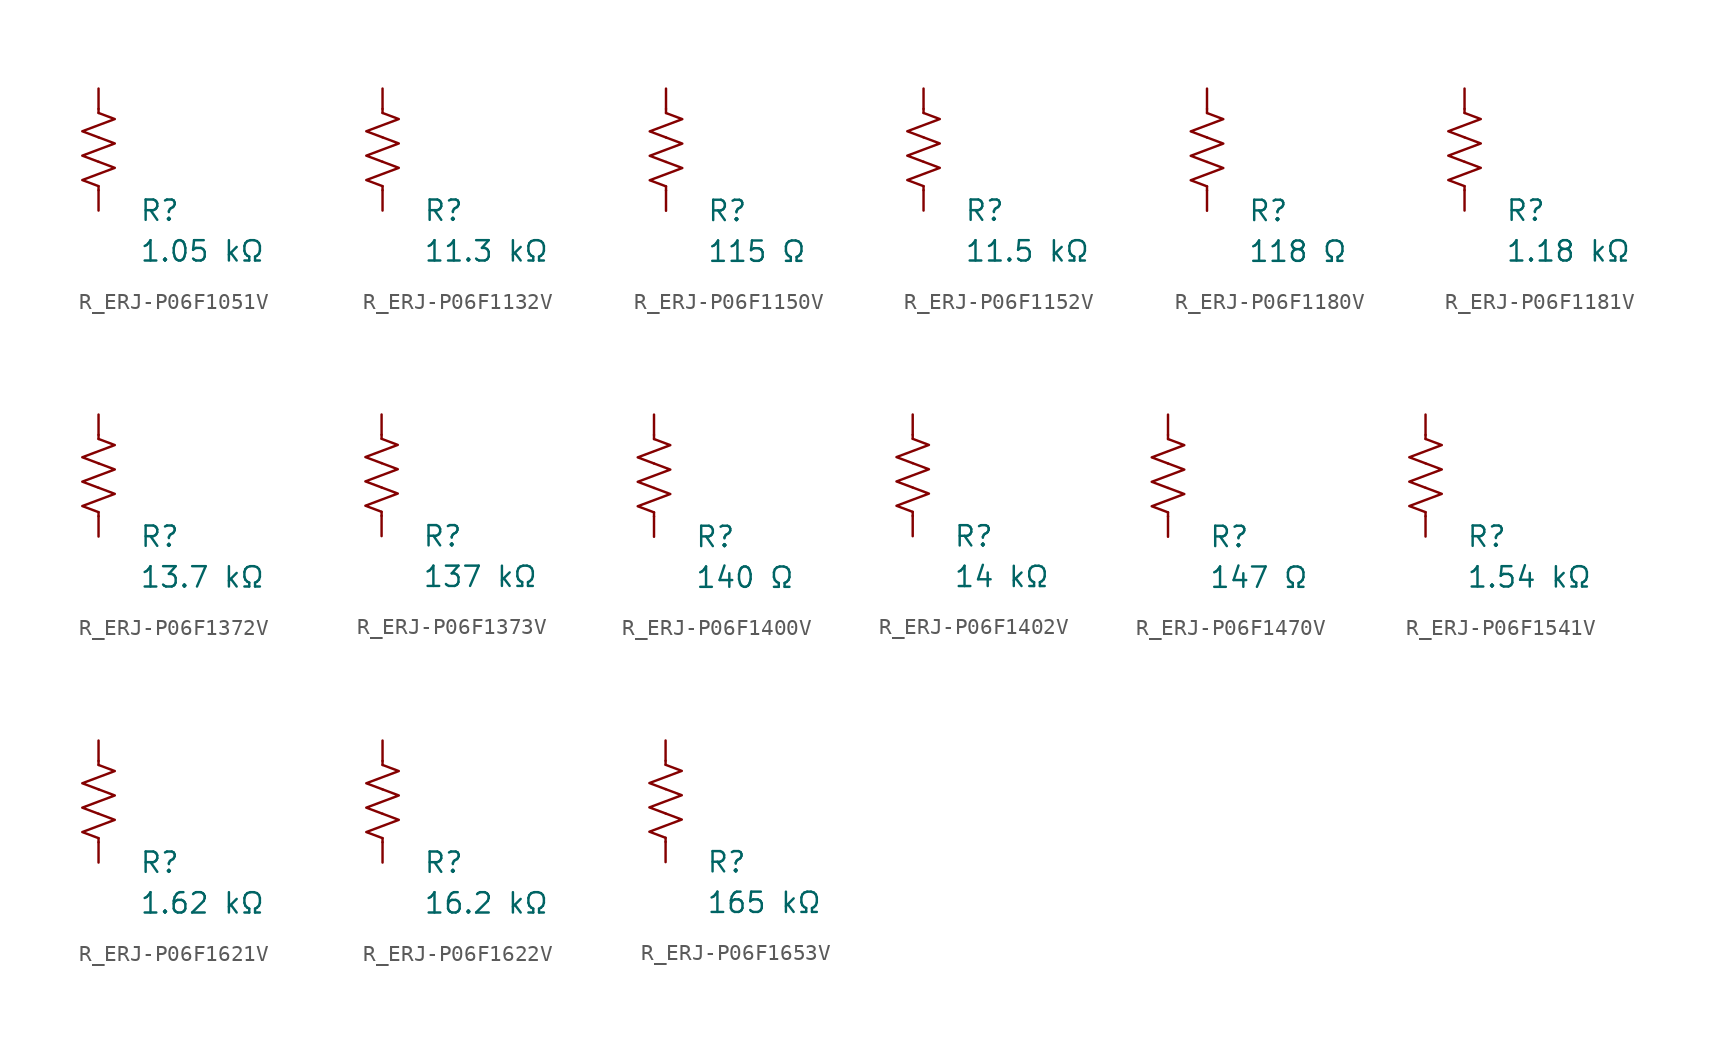
<source format=kicad_sym>
(kicad_symbol_lib
  (version 20231120)
  (generator "kicad_symbol_editor")
  (generator_version "8.0")
  (symbol "R_ERJ-P06F1051V"
    (pin_numbers hide)
    (pin_names
      (offset 0))
    (property "Reference" "R"
      (at 2.54 -3.81 0)
      (effects (font (size 1.27 1.27)) (justify left))
      (show_name no))
    (property "Value" "1.05 kΩ"
      (at 2.54 -6.35 0)
      (effects (font (size 1.27 1.27)) (justify left))
      (show_name no))
    (symbol "R_ERJ-P06F1051V_0_1"
      (polyline (pts (xy 0 -2.286) (xy 0 -2.54)) (stroke (width 0) (type default)) (fill (type none)))
      (polyline (pts (xy 0 2.286) (xy 0 2.54)) (stroke (width 0) (type default)) (fill (type none)))
      (polyline (pts (xy 0 -0.762) (xy 1.016 -1.143) (xy 0 -1.524) (xy -1.016 -1.905) (xy 0 -2.286)) (stroke (width 0) (type default)) (fill (type none)))
      (polyline (pts (xy 0 0.762) (xy 1.016 0.381) (xy 0 0) (xy -1.016 -0.381) (xy 0 -0.762)) (stroke (width 0) (type default)) (fill (type none)))
      (polyline (pts (xy 0 2.286) (xy 1.016 1.905) (xy 0 1.524) (xy -1.016 1.143) (xy 0 0.762)) (stroke (width 0) (type default)) (fill (type none))))
    (symbol "R_ERJ-P06F1051V_1_1"
      (pin passive line (at 0 3.81 270) (length 1.27) (name "~" (effects (font (size 1.27 1.27)))) (number "1" (effects (font (size 1.27 1.27)))))
      (pin passive line (at 0 -3.81 90) (length 1.27) (name "~" (effects (font (size 1.27 1.27)))) (number "2" (effects (font (size 1.27 1.27)))))))
  (symbol "R_ERJ-P06F1132V"
    (pin_numbers hide)
    (pin_names
      (offset 0))
    (property "Reference" "R"
      (at 2.54 -3.81 0)
      (effects (font (size 1.27 1.27)) (justify left))
      (show_name no))
    (property "Value" "11.3 kΩ"
      (at 2.54 -6.35 0)
      (effects (font (size 1.27 1.27)) (justify left))
      (show_name no))
    (symbol "R_ERJ-P06F1132V_0_1"
      (polyline (pts (xy 0 -2.286) (xy 0 -2.54)) (stroke (width 0) (type default)) (fill (type none)))
      (polyline (pts (xy 0 2.286) (xy 0 2.54)) (stroke (width 0) (type default)) (fill (type none)))
      (polyline (pts (xy 0 -0.762) (xy 1.016 -1.143) (xy 0 -1.524) (xy -1.016 -1.905) (xy 0 -2.286)) (stroke (width 0) (type default)) (fill (type none)))
      (polyline (pts (xy 0 0.762) (xy 1.016 0.381) (xy 0 0) (xy -1.016 -0.381) (xy 0 -0.762)) (stroke (width 0) (type default)) (fill (type none)))
      (polyline (pts (xy 0 2.286) (xy 1.016 1.905) (xy 0 1.524) (xy -1.016 1.143) (xy 0 0.762)) (stroke (width 0) (type default)) (fill (type none))))
    (symbol "R_ERJ-P06F1132V_1_1"
      (pin passive line (at 0 3.81 270) (length 1.27) (name "~" (effects (font (size 1.27 1.27)))) (number "1" (effects (font (size 1.27 1.27)))))
      (pin passive line (at 0 -3.81 90) (length 1.27) (name "~" (effects (font (size 1.27 1.27)))) (number "2" (effects (font (size 1.27 1.27)))))))
  (symbol "R_ERJ-P06F1150V"
    (pin_numbers hide)
    (pin_names
      (offset 0))
    (property "Reference" "R"
      (at 2.54 -3.81 0)
      (effects (font (size 1.27 1.27)) (justify left))
      (show_name no))
    (property "Value" "115 Ω"
      (at 2.54 -6.35 0)
      (effects (font (size 1.27 1.27)) (justify left))
      (show_name no))
    (symbol "R_ERJ-P06F1150V_0_1"
      (polyline (pts (xy 0 -2.286) (xy 0 -2.54)) (stroke (width 0) (type default)) (fill (type none)))
      (polyline (pts (xy 0 2.286) (xy 0 2.54)) (stroke (width 0) (type default)) (fill (type none)))
      (polyline (pts (xy 0 -0.762) (xy 1.016 -1.143) (xy 0 -1.524) (xy -1.016 -1.905) (xy 0 -2.286)) (stroke (width 0) (type default)) (fill (type none)))
      (polyline (pts (xy 0 0.762) (xy 1.016 0.381) (xy 0 0) (xy -1.016 -0.381) (xy 0 -0.762)) (stroke (width 0) (type default)) (fill (type none)))
      (polyline (pts (xy 0 2.286) (xy 1.016 1.905) (xy 0 1.524) (xy -1.016 1.143) (xy 0 0.762)) (stroke (width 0) (type default)) (fill (type none))))
    (symbol "R_ERJ-P06F1150V_1_1"
      (pin passive line (at 0 3.81 270) (length 1.27) (name "~" (effects (font (size 1.27 1.27)))) (number "1" (effects (font (size 1.27 1.27)))))
      (pin passive line (at 0 -3.81 90) (length 1.27) (name "~" (effects (font (size 1.27 1.27)))) (number "2" (effects (font (size 1.27 1.27)))))))
  (symbol "R_ERJ-P06F1152V"
    (pin_numbers hide)
    (pin_names
      (offset 0))
    (property "Reference" "R"
      (at 2.54 -3.81 0)
      (effects (font (size 1.27 1.27)) (justify left))
      (show_name no))
    (property "Value" "11.5 kΩ"
      (at 2.54 -6.35 0)
      (effects (font (size 1.27 1.27)) (justify left))
      (show_name no))
    (symbol "R_ERJ-P06F1152V_0_1"
      (polyline (pts (xy 0 -2.286) (xy 0 -2.54)) (stroke (width 0) (type default)) (fill (type none)))
      (polyline (pts (xy 0 2.286) (xy 0 2.54)) (stroke (width 0) (type default)) (fill (type none)))
      (polyline (pts (xy 0 -0.762) (xy 1.016 -1.143) (xy 0 -1.524) (xy -1.016 -1.905) (xy 0 -2.286)) (stroke (width 0) (type default)) (fill (type none)))
      (polyline (pts (xy 0 0.762) (xy 1.016 0.381) (xy 0 0) (xy -1.016 -0.381) (xy 0 -0.762)) (stroke (width 0) (type default)) (fill (type none)))
      (polyline (pts (xy 0 2.286) (xy 1.016 1.905) (xy 0 1.524) (xy -1.016 1.143) (xy 0 0.762)) (stroke (width 0) (type default)) (fill (type none))))
    (symbol "R_ERJ-P06F1152V_1_1"
      (pin passive line (at 0 3.81 270) (length 1.27) (name "~" (effects (font (size 1.27 1.27)))) (number "1" (effects (font (size 1.27 1.27)))))
      (pin passive line (at 0 -3.81 90) (length 1.27) (name "~" (effects (font (size 1.27 1.27)))) (number "2" (effects (font (size 1.27 1.27)))))))
  (symbol "R_ERJ-P06F1180V"
    (pin_numbers hide)
    (pin_names
      (offset 0))
    (property "Reference" "R"
      (at 2.54 -3.81 0)
      (effects (font (size 1.27 1.27)) (justify left))
      (show_name no))
    (property "Value" "118 Ω"
      (at 2.54 -6.35 0)
      (effects (font (size 1.27 1.27)) (justify left))
      (show_name no))
    (symbol "R_ERJ-P06F1180V_0_1"
      (polyline (pts (xy 0 -2.286) (xy 0 -2.54)) (stroke (width 0) (type default)) (fill (type none)))
      (polyline (pts (xy 0 2.286) (xy 0 2.54)) (stroke (width 0) (type default)) (fill (type none)))
      (polyline (pts (xy 0 -0.762) (xy 1.016 -1.143) (xy 0 -1.524) (xy -1.016 -1.905) (xy 0 -2.286)) (stroke (width 0) (type default)) (fill (type none)))
      (polyline (pts (xy 0 0.762) (xy 1.016 0.381) (xy 0 0) (xy -1.016 -0.381) (xy 0 -0.762)) (stroke (width 0) (type default)) (fill (type none)))
      (polyline (pts (xy 0 2.286) (xy 1.016 1.905) (xy 0 1.524) (xy -1.016 1.143) (xy 0 0.762)) (stroke (width 0) (type default)) (fill (type none))))
    (symbol "R_ERJ-P06F1180V_1_1"
      (pin passive line (at 0 3.81 270) (length 1.27) (name "~" (effects (font (size 1.27 1.27)))) (number "1" (effects (font (size 1.27 1.27)))))
      (pin passive line (at 0 -3.81 90) (length 1.27) (name "~" (effects (font (size 1.27 1.27)))) (number "2" (effects (font (size 1.27 1.27)))))))
  (symbol "R_ERJ-P06F1181V"
    (pin_numbers hide)
    (pin_names
      (offset 0))
    (property "Reference" "R"
      (at 2.54 -3.81 0)
      (effects (font (size 1.27 1.27)) (justify left))
      (show_name no))
    (property "Value" "1.18 kΩ"
      (at 2.54 -6.35 0)
      (effects (font (size 1.27 1.27)) (justify left))
      (show_name no))
    (symbol "R_ERJ-P06F1181V_0_1"
      (polyline (pts (xy 0 -2.286) (xy 0 -2.54)) (stroke (width 0) (type default)) (fill (type none)))
      (polyline (pts (xy 0 2.286) (xy 0 2.54)) (stroke (width 0) (type default)) (fill (type none)))
      (polyline (pts (xy 0 -0.762) (xy 1.016 -1.143) (xy 0 -1.524) (xy -1.016 -1.905) (xy 0 -2.286)) (stroke (width 0) (type default)) (fill (type none)))
      (polyline (pts (xy 0 0.762) (xy 1.016 0.381) (xy 0 0) (xy -1.016 -0.381) (xy 0 -0.762)) (stroke (width 0) (type default)) (fill (type none)))
      (polyline (pts (xy 0 2.286) (xy 1.016 1.905) (xy 0 1.524) (xy -1.016 1.143) (xy 0 0.762)) (stroke (width 0) (type default)) (fill (type none))))
    (symbol "R_ERJ-P06F1181V_1_1"
      (pin passive line (at 0 3.81 270) (length 1.27) (name "~" (effects (font (size 1.27 1.27)))) (number "1" (effects (font (size 1.27 1.27)))))
      (pin passive line (at 0 -3.81 90) (length 1.27) (name "~" (effects (font (size 1.27 1.27)))) (number "2" (effects (font (size 1.27 1.27)))))))
  (symbol "R_ERJ-P06F1372V"
    (pin_numbers hide)
    (pin_names
      (offset 0))
    (property "Reference" "R"
      (at 2.54 -3.81 0)
      (effects (font (size 1.27 1.27)) (justify left))
      (show_name no))
    (property "Value" "13.7 kΩ"
      (at 2.54 -6.35 0)
      (effects (font (size 1.27 1.27)) (justify left))
      (show_name no))
    (symbol "R_ERJ-P06F1372V_0_1"
      (polyline (pts (xy 0 -2.286) (xy 0 -2.54)) (stroke (width 0) (type default)) (fill (type none)))
      (polyline (pts (xy 0 2.286) (xy 0 2.54)) (stroke (width 0) (type default)) (fill (type none)))
      (polyline (pts (xy 0 -0.762) (xy 1.016 -1.143) (xy 0 -1.524) (xy -1.016 -1.905) (xy 0 -2.286)) (stroke (width 0) (type default)) (fill (type none)))
      (polyline (pts (xy 0 0.762) (xy 1.016 0.381) (xy 0 0) (xy -1.016 -0.381) (xy 0 -0.762)) (stroke (width 0) (type default)) (fill (type none)))
      (polyline (pts (xy 0 2.286) (xy 1.016 1.905) (xy 0 1.524) (xy -1.016 1.143) (xy 0 0.762)) (stroke (width 0) (type default)) (fill (type none))))
    (symbol "R_ERJ-P06F1372V_1_1"
      (pin passive line (at 0 3.81 270) (length 1.27) (name "~" (effects (font (size 1.27 1.27)))) (number "1" (effects (font (size 1.27 1.27)))))
      (pin passive line (at 0 -3.81 90) (length 1.27) (name "~" (effects (font (size 1.27 1.27)))) (number "2" (effects (font (size 1.27 1.27)))))))
  (symbol "R_ERJ-P06F1373V"
    (pin_numbers hide)
    (pin_names
      (offset 0))
    (property "Reference" "R"
      (at 2.54 -3.81 0)
      (effects (font (size 1.27 1.27)) (justify left))
      (show_name no))
    (property "Value" "137 kΩ"
      (at 2.54 -6.35 0)
      (effects (font (size 1.27 1.27)) (justify left))
      (show_name no))
    (symbol "R_ERJ-P06F1373V_0_1"
      (polyline (pts (xy 0 -2.286) (xy 0 -2.54)) (stroke (width 0) (type default)) (fill (type none)))
      (polyline (pts (xy 0 2.286) (xy 0 2.54)) (stroke (width 0) (type default)) (fill (type none)))
      (polyline (pts (xy 0 -0.762) (xy 1.016 -1.143) (xy 0 -1.524) (xy -1.016 -1.905) (xy 0 -2.286)) (stroke (width 0) (type default)) (fill (type none)))
      (polyline (pts (xy 0 0.762) (xy 1.016 0.381) (xy 0 0) (xy -1.016 -0.381) (xy 0 -0.762)) (stroke (width 0) (type default)) (fill (type none)))
      (polyline (pts (xy 0 2.286) (xy 1.016 1.905) (xy 0 1.524) (xy -1.016 1.143) (xy 0 0.762)) (stroke (width 0) (type default)) (fill (type none))))
    (symbol "R_ERJ-P06F1373V_1_1"
      (pin passive line (at 0 3.81 270) (length 1.27) (name "~" (effects (font (size 1.27 1.27)))) (number "1" (effects (font (size 1.27 1.27)))))
      (pin passive line (at 0 -3.81 90) (length 1.27) (name "~" (effects (font (size 1.27 1.27)))) (number "2" (effects (font (size 1.27 1.27)))))))
  (symbol "R_ERJ-P06F1400V"
    (pin_numbers hide)
    (pin_names
      (offset 0))
    (property "Reference" "R"
      (at 2.54 -3.81 0)
      (effects (font (size 1.27 1.27)) (justify left))
      (show_name no))
    (property "Value" "140 Ω"
      (at 2.54 -6.35 0)
      (effects (font (size 1.27 1.27)) (justify left))
      (show_name no))
    (symbol "R_ERJ-P06F1400V_0_1"
      (polyline (pts (xy 0 -2.286) (xy 0 -2.54)) (stroke (width 0) (type default)) (fill (type none)))
      (polyline (pts (xy 0 2.286) (xy 0 2.54)) (stroke (width 0) (type default)) (fill (type none)))
      (polyline (pts (xy 0 -0.762) (xy 1.016 -1.143) (xy 0 -1.524) (xy -1.016 -1.905) (xy 0 -2.286)) (stroke (width 0) (type default)) (fill (type none)))
      (polyline (pts (xy 0 0.762) (xy 1.016 0.381) (xy 0 0) (xy -1.016 -0.381) (xy 0 -0.762)) (stroke (width 0) (type default)) (fill (type none)))
      (polyline (pts (xy 0 2.286) (xy 1.016 1.905) (xy 0 1.524) (xy -1.016 1.143) (xy 0 0.762)) (stroke (width 0) (type default)) (fill (type none))))
    (symbol "R_ERJ-P06F1400V_1_1"
      (pin passive line (at 0 3.81 270) (length 1.27) (name "~" (effects (font (size 1.27 1.27)))) (number "1" (effects (font (size 1.27 1.27)))))
      (pin passive line (at 0 -3.81 90) (length 1.27) (name "~" (effects (font (size 1.27 1.27)))) (number "2" (effects (font (size 1.27 1.27)))))))
  (symbol "R_ERJ-P06F1402V"
    (pin_numbers hide)
    (pin_names
      (offset 0))
    (property "Reference" "R"
      (at 2.54 -3.81 0)
      (effects (font (size 1.27 1.27)) (justify left))
      (show_name no))
    (property "Value" "14 kΩ"
      (at 2.54 -6.35 0)
      (effects (font (size 1.27 1.27)) (justify left))
      (show_name no))
    (symbol "R_ERJ-P06F1402V_0_1"
      (polyline (pts (xy 0 -2.286) (xy 0 -2.54)) (stroke (width 0) (type default)) (fill (type none)))
      (polyline (pts (xy 0 2.286) (xy 0 2.54)) (stroke (width 0) (type default)) (fill (type none)))
      (polyline (pts (xy 0 -0.762) (xy 1.016 -1.143) (xy 0 -1.524) (xy -1.016 -1.905) (xy 0 -2.286)) (stroke (width 0) (type default)) (fill (type none)))
      (polyline (pts (xy 0 0.762) (xy 1.016 0.381) (xy 0 0) (xy -1.016 -0.381) (xy 0 -0.762)) (stroke (width 0) (type default)) (fill (type none)))
      (polyline (pts (xy 0 2.286) (xy 1.016 1.905) (xy 0 1.524) (xy -1.016 1.143) (xy 0 0.762)) (stroke (width 0) (type default)) (fill (type none))))
    (symbol "R_ERJ-P06F1402V_1_1"
      (pin passive line (at 0 3.81 270) (length 1.27) (name "~" (effects (font (size 1.27 1.27)))) (number "1" (effects (font (size 1.27 1.27)))))
      (pin passive line (at 0 -3.81 90) (length 1.27) (name "~" (effects (font (size 1.27 1.27)))) (number "2" (effects (font (size 1.27 1.27)))))))
  (symbol "R_ERJ-P06F1470V"
    (pin_numbers hide)
    (pin_names
      (offset 0))
    (property "Reference" "R"
      (at 2.54 -3.81 0)
      (effects (font (size 1.27 1.27)) (justify left))
      (show_name no))
    (property "Value" "147 Ω"
      (at 2.54 -6.35 0)
      (effects (font (size 1.27 1.27)) (justify left))
      (show_name no))
    (symbol "R_ERJ-P06F1470V_0_1"
      (polyline (pts (xy 0 -2.286) (xy 0 -2.54)) (stroke (width 0) (type default)) (fill (type none)))
      (polyline (pts (xy 0 2.286) (xy 0 2.54)) (stroke (width 0) (type default)) (fill (type none)))
      (polyline (pts (xy 0 -0.762) (xy 1.016 -1.143) (xy 0 -1.524) (xy -1.016 -1.905) (xy 0 -2.286)) (stroke (width 0) (type default)) (fill (type none)))
      (polyline (pts (xy 0 0.762) (xy 1.016 0.381) (xy 0 0) (xy -1.016 -0.381) (xy 0 -0.762)) (stroke (width 0) (type default)) (fill (type none)))
      (polyline (pts (xy 0 2.286) (xy 1.016 1.905) (xy 0 1.524) (xy -1.016 1.143) (xy 0 0.762)) (stroke (width 0) (type default)) (fill (type none))))
    (symbol "R_ERJ-P06F1470V_1_1"
      (pin passive line (at 0 3.81 270) (length 1.27) (name "~" (effects (font (size 1.27 1.27)))) (number "1" (effects (font (size 1.27 1.27)))))
      (pin passive line (at 0 -3.81 90) (length 1.27) (name "~" (effects (font (size 1.27 1.27)))) (number "2" (effects (font (size 1.27 1.27)))))))
  (symbol "R_ERJ-P06F1541V"
    (pin_numbers hide)
    (pin_names
      (offset 0))
    (property "Reference" "R"
      (at 2.54 -3.81 0)
      (effects (font (size 1.27 1.27)) (justify left))
      (show_name no))
    (property "Value" "1.54 kΩ"
      (at 2.54 -6.35 0)
      (effects (font (size 1.27 1.27)) (justify left))
      (show_name no))
    (symbol "R_ERJ-P06F1541V_0_1"
      (polyline (pts (xy 0 -2.286) (xy 0 -2.54)) (stroke (width 0) (type default)) (fill (type none)))
      (polyline (pts (xy 0 2.286) (xy 0 2.54)) (stroke (width 0) (type default)) (fill (type none)))
      (polyline (pts (xy 0 -0.762) (xy 1.016 -1.143) (xy 0 -1.524) (xy -1.016 -1.905) (xy 0 -2.286)) (stroke (width 0) (type default)) (fill (type none)))
      (polyline (pts (xy 0 0.762) (xy 1.016 0.381) (xy 0 0) (xy -1.016 -0.381) (xy 0 -0.762)) (stroke (width 0) (type default)) (fill (type none)))
      (polyline (pts (xy 0 2.286) (xy 1.016 1.905) (xy 0 1.524) (xy -1.016 1.143) (xy 0 0.762)) (stroke (width 0) (type default)) (fill (type none))))
    (symbol "R_ERJ-P06F1541V_1_1"
      (pin passive line (at 0 3.81 270) (length 1.27) (name "~" (effects (font (size 1.27 1.27)))) (number "1" (effects (font (size 1.27 1.27)))))
      (pin passive line (at 0 -3.81 90) (length 1.27) (name "~" (effects (font (size 1.27 1.27)))) (number "2" (effects (font (size 1.27 1.27)))))))
  (symbol "R_ERJ-P06F1621V"
    (pin_numbers hide)
    (pin_names
      (offset 0))
    (property "Reference" "R"
      (at 2.54 -3.81 0)
      (effects (font (size 1.27 1.27)) (justify left))
      (show_name no))
    (property "Value" "1.62 kΩ"
      (at 2.54 -6.35 0)
      (effects (font (size 1.27 1.27)) (justify left))
      (show_name no))
    (symbol "R_ERJ-P06F1621V_0_1"
      (polyline (pts (xy 0 -2.286) (xy 0 -2.54)) (stroke (width 0) (type default)) (fill (type none)))
      (polyline (pts (xy 0 2.286) (xy 0 2.54)) (stroke (width 0) (type default)) (fill (type none)))
      (polyline (pts (xy 0 -0.762) (xy 1.016 -1.143) (xy 0 -1.524) (xy -1.016 -1.905) (xy 0 -2.286)) (stroke (width 0) (type default)) (fill (type none)))
      (polyline (pts (xy 0 0.762) (xy 1.016 0.381) (xy 0 0) (xy -1.016 -0.381) (xy 0 -0.762)) (stroke (width 0) (type default)) (fill (type none)))
      (polyline (pts (xy 0 2.286) (xy 1.016 1.905) (xy 0 1.524) (xy -1.016 1.143) (xy 0 0.762)) (stroke (width 0) (type default)) (fill (type none))))
    (symbol "R_ERJ-P06F1621V_1_1"
      (pin passive line (at 0 3.81 270) (length 1.27) (name "~" (effects (font (size 1.27 1.27)))) (number "1" (effects (font (size 1.27 1.27)))))
      (pin passive line (at 0 -3.81 90) (length 1.27) (name "~" (effects (font (size 1.27 1.27)))) (number "2" (effects (font (size 1.27 1.27)))))))
  (symbol "R_ERJ-P06F1622V"
    (pin_numbers hide)
    (pin_names
      (offset 0))
    (property "Reference" "R"
      (at 2.54 -3.81 0)
      (effects (font (size 1.27 1.27)) (justify left))
      (show_name no))
    (property "Value" "16.2 kΩ"
      (at 2.54 -6.35 0)
      (effects (font (size 1.27 1.27)) (justify left))
      (show_name no))
    (symbol "R_ERJ-P06F1622V_0_1"
      (polyline (pts (xy 0 -2.286) (xy 0 -2.54)) (stroke (width 0) (type default)) (fill (type none)))
      (polyline (pts (xy 0 2.286) (xy 0 2.54)) (stroke (width 0) (type default)) (fill (type none)))
      (polyline (pts (xy 0 -0.762) (xy 1.016 -1.143) (xy 0 -1.524) (xy -1.016 -1.905) (xy 0 -2.286)) (stroke (width 0) (type default)) (fill (type none)))
      (polyline (pts (xy 0 0.762) (xy 1.016 0.381) (xy 0 0) (xy -1.016 -0.381) (xy 0 -0.762)) (stroke (width 0) (type default)) (fill (type none)))
      (polyline (pts (xy 0 2.286) (xy 1.016 1.905) (xy 0 1.524) (xy -1.016 1.143) (xy 0 0.762)) (stroke (width 0) (type default)) (fill (type none))))
    (symbol "R_ERJ-P06F1622V_1_1"
      (pin passive line (at 0 3.81 270) (length 1.27) (name "~" (effects (font (size 1.27 1.27)))) (number "1" (effects (font (size 1.27 1.27)))))
      (pin passive line (at 0 -3.81 90) (length 1.27) (name "~" (effects (font (size 1.27 1.27)))) (number "2" (effects (font (size 1.27 1.27)))))))
  (symbol "R_ERJ-P06F1653V"
    (pin_numbers hide)
    (pin_names
      (offset 0))
    (property "Reference" "R"
      (at 2.54 -3.81 0)
      (effects (font (size 1.27 1.27)) (justify left))
      (show_name no))
    (property "Value" "165 kΩ"
      (at 2.54 -6.35 0)
      (effects (font (size 1.27 1.27)) (justify left))
      (show_name no))
    (symbol "R_ERJ-P06F1653V_0_1"
      (polyline (pts (xy 0 -2.286) (xy 0 -2.54)) (stroke (width 0) (type default)) (fill (type none)))
      (polyline (pts (xy 0 2.286) (xy 0 2.54)) (stroke (width 0) (type default)) (fill (type none)))
      (polyline (pts (xy 0 -0.762) (xy 1.016 -1.143) (xy 0 -1.524) (xy -1.016 -1.905) (xy 0 -2.286)) (stroke (width 0) (type default)) (fill (type none)))
      (polyline (pts (xy 0 0.762) (xy 1.016 0.381) (xy 0 0) (xy -1.016 -0.381) (xy 0 -0.762)) (stroke (width 0) (type default)) (fill (type none)))
      (polyline (pts (xy 0 2.286) (xy 1.016 1.905) (xy 0 1.524) (xy -1.016 1.143) (xy 0 0.762)) (stroke (width 0) (type default)) (fill (type none))))
    (symbol "R_ERJ-P06F1653V_1_1"
      (pin passive line (at 0 3.81 270) (length 1.27) (name "~" (effects (font (size 1.27 1.27)))) (number "1" (effects (font (size 1.27 1.27)))))
      (pin passive line (at 0 -3.81 90) (length 1.27) (name "~" (effects (font (size 1.27 1.27)))) (number "2" (effects (font (size 1.27 1.27))))))))
</source>
